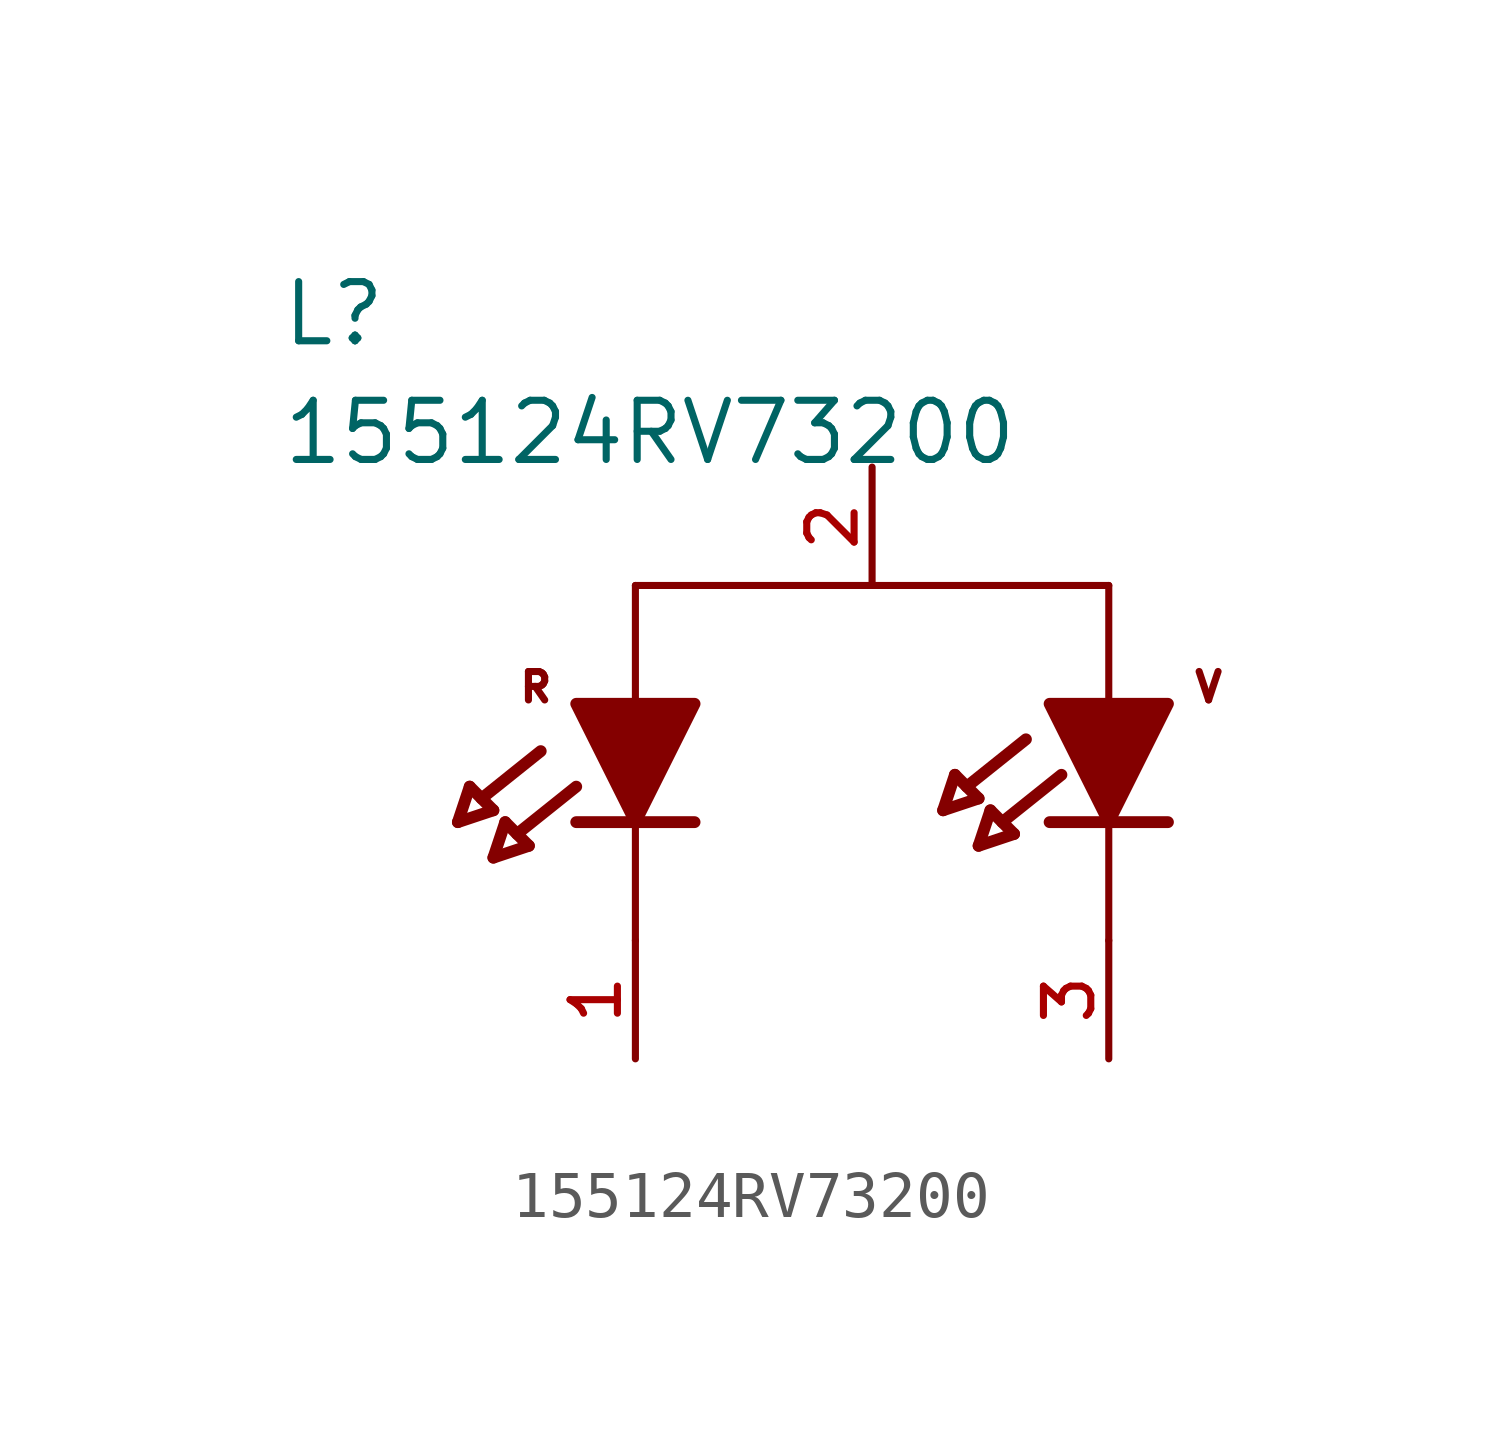
<source format=kicad_sym>
(kicad_symbol_lib
  (version 20211014)
  (generator kicad_symbol_editor)
  (symbol "155124RV73200"
    (pin_names
      (offset 1.016))
    (property "Reference" "L"
      (at -12.71 10.168 0)
      (effects (font (size 1.27 1.27)) (justify bottom left)))
    (property "Value" "155124RV73200"
      (at -12.701 7.621 0)
      (effects (font (size 1.27 1.27)) (justify bottom left)))
    (symbol "155124RV73200_0_0"
      (polyline (pts (xy -5.08 0.0) (xy -6.35 2.54) (xy -3.81 2.54) (xy -5.08 0.0)) (stroke (width 0.254)) (fill (type outline)))
      (polyline (pts (xy 5.08 0.0) (xy 3.81 2.54) (xy 6.35 2.54) (xy 5.08 0.0)) (stroke (width 0.254)) (fill (type outline)))
      (polyline (pts (xy -5.08 2.54) (xy -5.08 5.08)) (stroke (width 0.152)))
      (polyline (pts (xy -5.08 5.08) (xy 5.08 5.08)) (stroke (width 0.152)))
      (polyline (pts (xy 5.08 5.08) (xy 5.08 2.54)) (stroke (width 0.152)))
      (polyline (pts (xy -5.08 0.0) (xy -5.08 -2.54)) (stroke (width 0.152)))
      (polyline (pts (xy 5.08 0.0) (xy 5.08 -2.54)) (stroke (width 0.152)))
      (polyline (pts (xy -6.35 0.0) (xy -3.81 0.0)) (stroke (width 0.254)))
      (polyline (pts (xy 3.81 0.0) (xy 6.35 0.0)) (stroke (width 0.254)))
      (text "R" (at -7.621 2.54 0) (effects (font (size 0.61 0.61)) (justify bottom left)))
      (text "V" (at 6.861 2.541 0) (effects (font (size 0.61 0.61)) (justify bottom left)))
      (polyline (pts (xy -7.112 1.524) (xy -8.382 0.508)) (stroke (width 0.254)))
      (polyline (pts (xy -8.636 0.762) (xy -8.128 0.254)) (stroke (width 0.254)))
      (polyline (pts (xy -8.128 0.254) (xy -8.89 0.0)) (stroke (width 0.254)))
      (polyline (pts (xy -8.89 0.0) (xy -8.636 0.762)) (stroke (width 0.254)))
      (polyline (pts (xy -6.35 0.762) (xy -7.62 -0.254)) (stroke (width 0.254)))
      (polyline (pts (xy -7.874 0.0) (xy -7.366 -0.508)) (stroke (width 0.254)))
      (polyline (pts (xy -7.366 -0.508) (xy -8.128 -0.762)) (stroke (width 0.254)))
      (polyline (pts (xy -8.128 -0.762) (xy -7.874 0.0)) (stroke (width 0.254)))
      (polyline (pts (xy 3.302 1.778) (xy 2.032 0.762)) (stroke (width 0.254)))
      (polyline (pts (xy 1.778 1.016) (xy 2.286 0.508)) (stroke (width 0.254)))
      (polyline (pts (xy 2.286 0.508) (xy 1.524 0.254)) (stroke (width 0.254)))
      (polyline (pts (xy 1.524 0.254) (xy 1.778 1.016)) (stroke (width 0.254)))
      (polyline (pts (xy 4.064 1.016) (xy 2.794 0.0)) (stroke (width 0.254)))
      (polyline (pts (xy 2.54 0.254) (xy 3.048 -0.254)) (stroke (width 0.254)))
      (polyline (pts (xy 3.048 -0.254) (xy 2.286 -0.508)) (stroke (width 0.254)))
      (polyline (pts (xy 2.286 -0.508) (xy 2.54 0.254)) (stroke (width 0.254)))
      (pin passive line (at -5.08 -5.08 90.0) (length 2.54) (name "~" (effects (font (size 1.016 1.016)))) (number "1" (effects (font (size 1.016 1.016)))))
      (pin passive line (at 5.08 -5.08 90.0) (length 2.54) (name "~" (effects (font (size 1.016 1.016)))) (number "3" (effects (font (size 1.016 1.016)))))
      (pin passive line (at 0.0 7.62 270.0) (length 2.54) (name "~" (effects (font (size 1.016 1.016)))) (number "2" (effects (font (size 1.016 1.016))))))))
</source>
